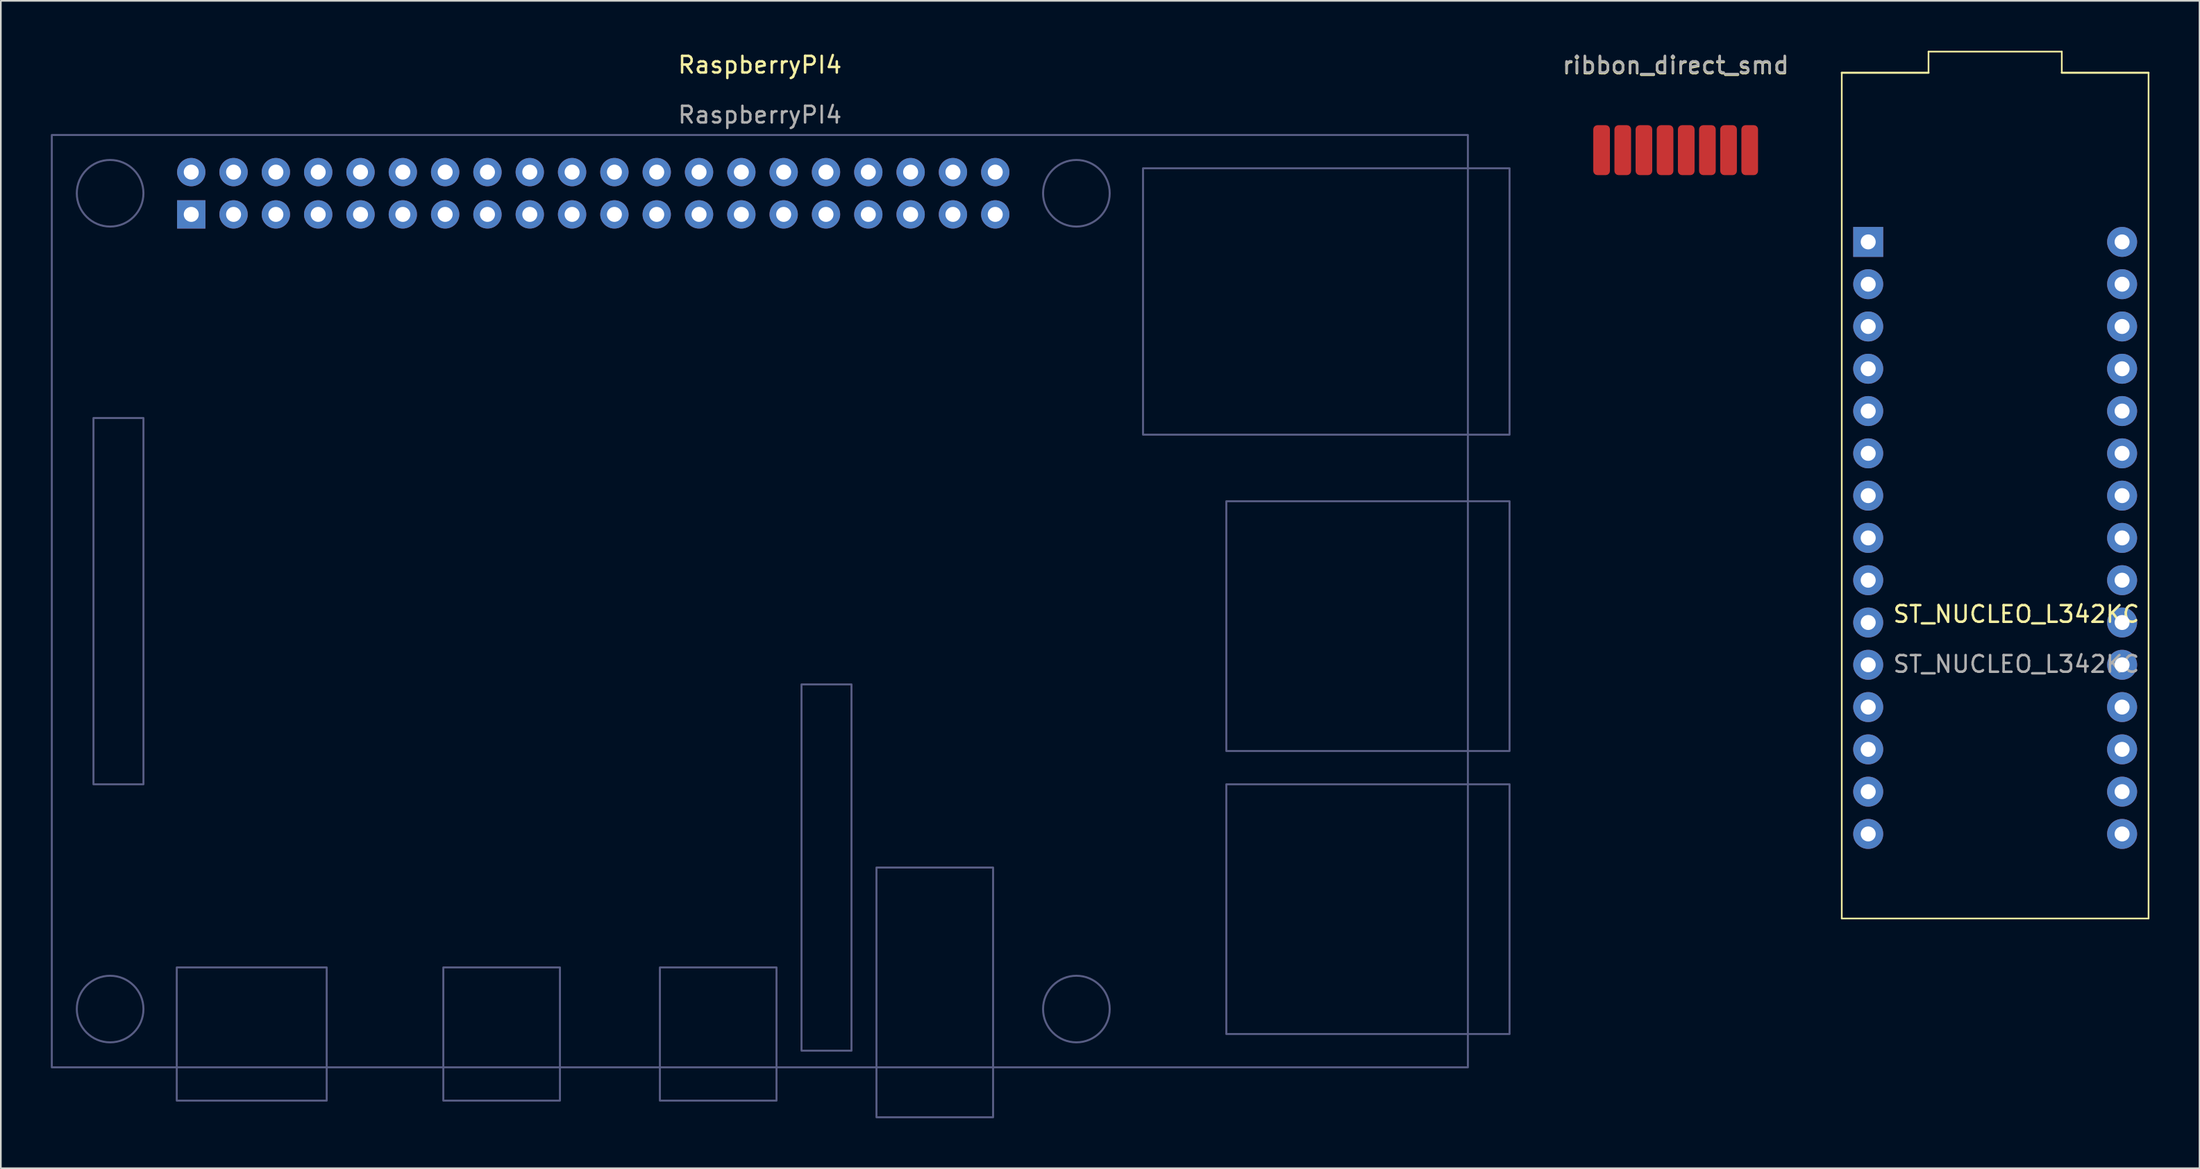
<source format=kicad_pcb>
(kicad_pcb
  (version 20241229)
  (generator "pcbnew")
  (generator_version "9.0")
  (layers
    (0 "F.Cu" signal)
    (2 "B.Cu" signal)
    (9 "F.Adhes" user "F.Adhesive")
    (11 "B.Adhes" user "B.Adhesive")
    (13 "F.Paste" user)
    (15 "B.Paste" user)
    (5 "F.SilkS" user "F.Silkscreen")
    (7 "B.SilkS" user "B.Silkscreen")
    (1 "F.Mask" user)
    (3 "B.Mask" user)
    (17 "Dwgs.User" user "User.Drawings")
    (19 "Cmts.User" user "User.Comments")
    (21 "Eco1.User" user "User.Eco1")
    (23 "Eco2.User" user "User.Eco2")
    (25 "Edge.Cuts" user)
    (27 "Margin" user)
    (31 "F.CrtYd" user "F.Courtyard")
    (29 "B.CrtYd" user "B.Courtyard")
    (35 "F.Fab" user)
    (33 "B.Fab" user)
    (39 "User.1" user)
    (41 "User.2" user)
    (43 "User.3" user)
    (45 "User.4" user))
  (footprint "ribbon_direct_smd"
    (layer "F.Cu")
    (at 97.531 5.968)
    (property "Reference" "ribbon_direct_smd" (at 0 -5.08 0) (unlocked yes) (layer "F.SilkS") (effects (font (size 1 1) (thickness 0.15))))
    (attr smd)
    (fp_text user "${REFERENCE}" (at 0 -5.12 0) (unlocked yes) (layer "F.Fab") (effects (font (size 1 1) (thickness 0.15))))
    (pad "1" smd roundrect (at -4.445 0) (size 1 3) (layers "F.Cu" "F.Mask" "F.Paste") (roundrect_rratio 0.25))
    (pad "2" smd roundrect (at -3.175 0) (size 1 3) (layers "F.Cu" "F.Mask" "F.Paste") (roundrect_rratio 0.25))
    (pad "3" smd roundrect (at -1.905 0) (size 1 3) (layers "F.Cu" "F.Mask" "F.Paste") (roundrect_rratio 0.25))
    (pad "4" smd roundrect (at -0.635 0) (size 1 3) (layers "F.Cu" "F.Mask" "F.Paste") (roundrect_rratio 0.25))
    (pad "5" smd roundrect (at 0.635 0) (size 1 3) (layers "F.Cu" "F.Mask" "F.Paste") (roundrect_rratio 0.25))
    (pad "6" smd roundrect (at 1.905 0) (size 1 3) (layers "F.Cu" "F.Mask" "F.Paste") (roundrect_rratio 0.25))
    (pad "7" smd roundrect (at 3.175 0) (size 1 3) (layers "F.Cu" "F.Mask" "F.Paste") (roundrect_rratio 0.25))
    (pad "8" smd roundrect (at 4.445 0) (size 1 3) (layers "F.Cu" "F.Mask" "F.Paste") (roundrect_rratio 0.25)))
  (footprint "RaspberryPI4"
    (layer "F.Cu")
    (at 42.56 33.058)
    (property "Reference" "RaspberryPI4" (at 0 -32.21 0) (unlocked yes) (layer "F.SilkS") (effects (font (size 1 1) (thickness 0.15))))
    (attr through_hole)
    (fp_rect (start -42.5 -28) (end 42.5 28) (stroke (width 0.12) (type solid)) (fill no) (layer "B.Fab"))
    (fp_rect (start -40 -11) (end -37 11) (stroke (width 0.12) (type solid)) (fill no) (layer "B.Fab"))
    (fp_rect (start -35 22) (end -26 30) (stroke (width 0.12) (type solid)) (fill no) (layer "B.Fab"))
    (fp_rect (start -19 22) (end -12 30) (stroke (width 0.12) (type solid)) (fill no) (layer "B.Fab"))
    (fp_rect (start -6 22) (end 1 30) (stroke (width 0.12) (type solid)) (fill no) (layer "B.Fab"))
    (fp_rect (start 2.5 5) (end 5.5 27) (stroke (width 0.12) (type solid)) (fill no) (layer "B.Fab"))
    (fp_rect (start 7 16) (end 14 31) (stroke (width 0.12) (type solid)) (fill no) (layer "B.Fab"))
    (fp_rect (start 23 -26) (end 45 -10) (stroke (width 0.12) (type solid)) (fill no) (layer "B.Fab"))
    (fp_rect (start 28 -6) (end 45 9) (stroke (width 0.12) (type solid)) (fill no) (layer "B.Fab"))
    (fp_rect (start 28 11) (end 45 26) (stroke (width 0.12) (type solid)) (fill no) (layer "B.Fab"))
    (fp_circle (center -39 -24.5) (end -37 -24.5) (stroke (width 0.12) (type solid)) (fill no) (layer "B.Fab"))
    (fp_circle (center -39 24.5) (end -37 24.5) (stroke (width 0.12) (type solid)) (fill no) (layer "B.Fab"))
    (fp_circle (center 19 -24.5) (end 21 -24.5) (stroke (width 0.12) (type solid)) (fill no) (layer "B.Fab"))
    (fp_circle (center 19 24.5) (end 21 24.5) (stroke (width 0.12) (type solid)) (fill no) (layer "B.Fab"))
    (fp_text user "${REFERENCE}" (at 0 -29.21 0) (unlocked yes) (layer "F.Fab") (effects (font (size 1 1) (thickness 0.15))))
    (pad "1" thru_hole rect (at -34.13 -23.23) (size 1.7 1.7) (drill 0.9) (layers "*.Cu" "*.Mask"))
    (pad "2" thru_hole circle (at -34.13 -25.77) (size 1.7 1.7) (drill 0.9) (layers "*.Cu" "*.Mask"))
    (pad "3" thru_hole circle (at -31.59 -23.23) (size 1.7 1.7) (drill 0.9) (layers "*.Cu" "*.Mask"))
    (pad "4" thru_hole circle (at -31.59 -25.77) (size 1.7 1.7) (drill 0.9) (layers "*.Cu" "*.Mask"))
    (pad "5" thru_hole circle (at -29.05 -23.23) (size 1.7 1.7) (drill 0.9) (layers "*.Cu" "*.Mask"))
    (pad "6" thru_hole circle (at -29.05 -25.77) (size 1.7 1.7) (drill 0.9) (layers "*.Cu" "*.Mask"))
    (pad "7" thru_hole circle (at -26.51 -23.23) (size 1.7 1.7) (drill 0.9) (layers "*.Cu" "*.Mask"))
    (pad "8" thru_hole circle (at -26.51 -25.77) (size 1.7 1.7) (drill 0.9) (layers "*.Cu" "*.Mask"))
    (pad "9" thru_hole circle (at -23.97 -23.23) (size 1.7 1.7) (drill 0.9) (layers "*.Cu" "*.Mask"))
    (pad "10" thru_hole circle (at -23.97 -25.77) (size 1.7 1.7) (drill 0.9) (layers "*.Cu" "*.Mask"))
    (pad "11" thru_hole circle (at -21.43 -23.23) (size 1.7 1.7) (drill 0.9) (layers "*.Cu" "*.Mask"))
    (pad "12" thru_hole circle (at -21.43 -25.77) (size 1.7 1.7) (drill 0.9) (layers "*.Cu" "*.Mask"))
    (pad "13" thru_hole circle (at -18.89 -23.23) (size 1.7 1.7) (drill 0.9) (layers "*.Cu" "*.Mask"))
    (pad "14" thru_hole circle (at -18.89 -25.77) (size 1.7 1.7) (drill 0.9) (layers "*.Cu" "*.Mask"))
    (pad "15" thru_hole circle (at -16.35 -23.23) (size 1.7 1.7) (drill 0.9) (layers "*.Cu" "*.Mask"))
    (pad "16" thru_hole circle (at -16.35 -25.77) (size 1.7 1.7) (drill 0.9) (layers "*.Cu" "*.Mask"))
    (pad "17" thru_hole circle (at -13.81 -23.23) (size 1.7 1.7) (drill 0.9) (layers "*.Cu" "*.Mask"))
    (pad "18" thru_hole circle (at -13.81 -25.77) (size 1.7 1.7) (drill 0.9) (layers "*.Cu" "*.Mask"))
    (pad "19" thru_hole circle (at -11.27 -23.23) (size 1.7 1.7) (drill 0.9) (layers "*.Cu" "*.Mask"))
    (pad "20" thru_hole circle (at -11.27 -25.77) (size 1.7 1.7) (drill 0.9) (layers "*.Cu" "*.Mask"))
    (pad "21" thru_hole circle (at -8.73 -23.23) (size 1.7 1.7) (drill 0.9) (layers "*.Cu" "*.Mask"))
    (pad "22" thru_hole circle (at -8.73 -25.77) (size 1.7 1.7) (drill 0.9) (layers "*.Cu" "*.Mask"))
    (pad "23" thru_hole circle (at -6.19 -23.23) (size 1.7 1.7) (drill 0.9) (layers "*.Cu" "*.Mask"))
    (pad "24" thru_hole circle (at -6.19 -25.77) (size 1.7 1.7) (drill 0.9) (layers "*.Cu" "*.Mask"))
    (pad "25" thru_hole circle (at -3.65 -23.23) (size 1.7 1.7) (drill 0.9) (layers "*.Cu" "*.Mask"))
    (pad "26" thru_hole circle (at -3.65 -25.77) (size 1.7 1.7) (drill 0.9) (layers "*.Cu" "*.Mask"))
    (pad "27" thru_hole circle (at -1.11 -23.23) (size 1.7 1.7) (drill 0.9) (layers "*.Cu" "*.Mask"))
    (pad "28" thru_hole circle (at -1.11 -25.77) (size 1.7 1.7) (drill 0.9) (layers "*.Cu" "*.Mask"))
    (pad "29" thru_hole circle (at 1.43 -23.23) (size 1.7 1.7) (drill 0.9) (layers "*.Cu" "*.Mask"))
    (pad "30" thru_hole circle (at 1.43 -25.77) (size 1.7 1.7) (drill 0.9) (layers "*.Cu" "*.Mask"))
    (pad "31" thru_hole circle (at 3.97 -23.23) (size 1.7 1.7) (drill 0.9) (layers "*.Cu" "*.Mask"))
    (pad "32" thru_hole circle (at 3.97 -25.77) (size 1.7 1.7) (drill 0.9) (layers "*.Cu" "*.Mask"))
    (pad "33" thru_hole circle (at 6.51 -23.23) (size 1.7 1.7) (drill 0.9) (layers "*.Cu" "*.Mask"))
    (pad "34" thru_hole circle (at 6.51 -25.77) (size 1.7 1.7) (drill 0.9) (layers "*.Cu" "*.Mask"))
    (pad "35" thru_hole circle (at 9.05 -23.23) (size 1.7 1.7) (drill 0.9) (layers "*.Cu" "*.Mask"))
    (pad "36" thru_hole circle (at 9.05 -25.77) (size 1.7 1.7) (drill 0.9) (layers "*.Cu" "*.Mask"))
    (pad "37" thru_hole circle (at 11.59 -23.23) (size 1.7 1.7) (drill 0.9) (layers "*.Cu" "*.Mask"))
    (pad "38" thru_hole circle (at 11.59 -25.77) (size 1.7 1.7) (drill 0.9) (layers "*.Cu" "*.Mask"))
    (pad "39" thru_hole circle (at 14.13 -23.23) (size 1.7 1.7) (drill 0.9) (layers "*.Cu" "*.Mask"))
    (pad "40" thru_hole circle (at 14.13 -25.77) (size 1.7 1.7) (drill 0.9) (layers "*.Cu" "*.Mask")))
  (footprint "ST_NUCLEO_L342KC"
    (layer "F.Cu")
    (at 116.709 26.72)
    (property "Reference" "ST_NUCLEO_L342KC" (at 1.27 7.12 0) (unlocked yes) (layer "F.SilkS") (effects (font (size 1 1) (thickness 0.15))))
    (attr through_hole)
    (fp_line (start -9.207 -25.4) (end -4 -25.4) (stroke (width 0.12) (type solid)) (layer "F.SilkS"))
    (fp_line (start -9.207 25.4) (end -9.207 -25.4) (stroke (width 0.1) (type solid)) (layer "F.SilkS"))
    (fp_line (start -4 -26.67) (end 4 -26.67) (stroke (width 0.1) (type solid)) (layer "F.SilkS"))
    (fp_line (start -4 -25.4) (end -4 -26.67) (stroke (width 0.1) (type solid)) (layer "F.SilkS"))
    (fp_line (start 4 -26.67) (end 4 -25.4) (stroke (width 0.1) (type solid)) (layer "F.SilkS"))
    (fp_line (start 4 -25.4) (end 9.207 -25.4) (stroke (width 0.12) (type solid)) (layer "F.SilkS"))
    (fp_line (start 9.207 -25.4) (end 9.207 25.4) (stroke (width 0.1) (type solid)) (layer "F.SilkS"))
    (fp_line (start 9.207 25.4) (end -9.207 25.4) (stroke (width 0.1) (type solid)) (layer "F.SilkS"))
    (fp_text user "${REFERENCE}" (at 1.27 10.12 0) (unlocked yes) (layer "F.Fab") (effects (font (size 1 1) (thickness 0.15))))
    (pad "1" thru_hole rect (at -7.62 -15.24) (size 1.8 1.8) (drill 0.9) (layers "*.Cu" "*.Mask"))
    (pad "2" thru_hole circle (at -7.62 -12.7) (size 1.8 1.8) (drill 0.9) (layers "*.Cu" "*.Mask"))
    (pad "3" thru_hole circle (at -7.62 -10.16) (size 1.8 1.8) (drill 0.9) (layers "*.Cu" "*.Mask"))
    (pad "4" thru_hole circle (at -7.62 -7.62) (size 1.8 1.8) (drill 0.9) (layers "*.Cu" "*.Mask"))
    (pad "5" thru_hole circle (at -7.62 -5.08) (size 1.8 1.8) (drill 0.9) (layers "*.Cu" "*.Mask"))
    (pad "6" thru_hole circle (at -7.62 -2.54) (size 1.8 1.8) (drill 0.9) (layers "*.Cu" "*.Mask"))
    (pad "7" thru_hole circle (at -7.62 0) (size 1.8 1.8) (drill 0.9) (layers "*.Cu" "*.Mask"))
    (pad "8" thru_hole circle (at -7.62 2.54) (size 1.8 1.8) (drill 0.9) (layers "*.Cu" "*.Mask"))
    (pad "9" thru_hole circle (at -7.62 5.08) (size 1.8 1.8) (drill 0.9) (layers "*.Cu" "*.Mask"))
    (pad "10" thru_hole circle (at -7.62 7.62) (size 1.8 1.8) (drill 0.9) (layers "*.Cu" "*.Mask"))
    (pad "11" thru_hole circle (at -7.62 10.16) (size 1.8 1.8) (drill 0.9) (layers "*.Cu" "*.Mask"))
    (pad "12" thru_hole circle (at -7.62 12.7) (size 1.8 1.8) (drill 0.9) (layers "*.Cu" "*.Mask"))
    (pad "13" thru_hole circle (at -7.62 15.24) (size 1.8 1.8) (drill 0.9) (layers "*.Cu" "*.Mask"))
    (pad "14" thru_hole circle (at -7.62 17.78) (size 1.8 1.8) (drill 0.9) (layers "*.Cu" "*.Mask"))
    (pad "15" thru_hole circle (at -7.62 20.32) (size 1.8 1.8) (drill 0.9) (layers "*.Cu" "*.Mask"))
    (pad "16" thru_hole circle (at 7.62 20.32) (size 1.8 1.8) (drill 0.9) (layers "*.Cu" "*.Mask"))
    (pad "17" thru_hole circle (at 7.62 17.78) (size 1.8 1.8) (drill 0.9) (layers "*.Cu" "*.Mask"))
    (pad "18" thru_hole circle (at 7.62 15.24) (size 1.8 1.8) (drill 0.9) (layers "*.Cu" "*.Mask"))
    (pad "19" thru_hole circle (at 7.62 12.7) (size 1.8 1.8) (drill 0.9) (layers "*.Cu" "*.Mask"))
    (pad "20" thru_hole circle (at 7.62 10.16) (size 1.8 1.8) (drill 0.9) (layers "*.Cu" "*.Mask"))
    (pad "21" thru_hole circle (at 7.62 7.62) (size 1.8 1.8) (drill 0.9) (layers "*.Cu" "*.Mask"))
    (pad "22" thru_hole circle (at 7.62 5.08) (size 1.8 1.8) (drill 0.9) (layers "*.Cu" "*.Mask"))
    (pad "23" thru_hole circle (at 7.62 2.54) (size 1.8 1.8) (drill 0.9) (layers "*.Cu" "*.Mask"))
    (pad "24" thru_hole circle (at 7.62 0) (size 1.8 1.8) (drill 0.9) (layers "*.Cu" "*.Mask"))
    (pad "25" thru_hole circle (at 7.62 -2.54) (size 1.8 1.8) (drill 0.9) (layers "*.Cu" "*.Mask"))
    (pad "26" thru_hole circle (at 7.62 -5.08) (size 1.8 1.8) (drill 0.9) (layers "*.Cu" "*.Mask"))
    (pad "27" thru_hole circle (at 7.62 -7.62) (size 1.8 1.8) (drill 0.9) (layers "*.Cu" "*.Mask"))
    (pad "28" thru_hole circle (at 7.62 -10.16) (size 1.8 1.8) (drill 0.9) (layers "*.Cu" "*.Mask"))
    (pad "29" thru_hole circle (at 7.62 -12.7) (size 1.8 1.8) (drill 0.9) (layers "*.Cu" "*.Mask"))
    (pad "30" thru_hole circle (at 7.62 -15.24) (size 1.8 1.8) (drill 0.9) (layers "*.Cu" "*.Mask")))
  (gr_rect
    (start -3 -3)
    (end 128.976 67.118)
    (stroke (width 0.1) (type default))
    (fill no)
    (layer "Edge.Cuts")))
</source>
